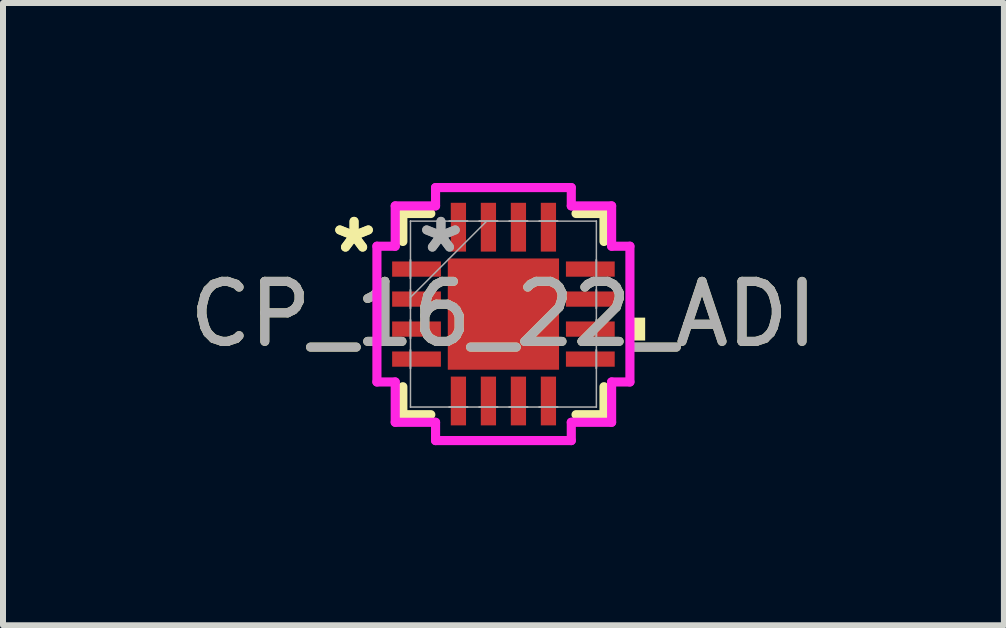
<source format=kicad_pcb>
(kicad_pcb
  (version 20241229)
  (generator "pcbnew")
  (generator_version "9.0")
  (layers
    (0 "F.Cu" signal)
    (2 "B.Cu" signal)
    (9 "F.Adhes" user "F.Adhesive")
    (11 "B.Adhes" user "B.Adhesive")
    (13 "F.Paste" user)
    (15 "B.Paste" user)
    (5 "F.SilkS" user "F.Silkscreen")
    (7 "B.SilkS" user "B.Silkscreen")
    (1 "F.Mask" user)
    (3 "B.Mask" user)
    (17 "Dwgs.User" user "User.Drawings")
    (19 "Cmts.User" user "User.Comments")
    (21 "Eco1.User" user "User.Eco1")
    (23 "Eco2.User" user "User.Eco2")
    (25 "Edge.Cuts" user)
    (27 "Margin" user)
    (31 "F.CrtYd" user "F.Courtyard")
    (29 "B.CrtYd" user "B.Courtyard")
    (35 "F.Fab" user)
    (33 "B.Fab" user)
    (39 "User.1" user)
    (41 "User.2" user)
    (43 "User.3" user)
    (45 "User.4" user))
  (footprint "CP_16_22_ADI"
    (layer "F.Cu")
    (at 5.339 2.184)
    (property "Reference" "CP_16_22_ADI" (at 0 0 0) (unlocked yes) (layer "F.SilkS") (effects (font (size 1 1) (thickness 0.15))))
    (attr smd)
    (fp_line (start -1.676 -1.676) (end -1.676 -1.21) (stroke (width 0.152) (type solid)) (layer "F.SilkS"))
    (fp_line (start -1.676 1.21) (end -1.676 1.676) (stroke (width 0.152) (type solid)) (layer "F.SilkS"))
    (fp_line (start -1.676 1.676) (end -1.21 1.676) (stroke (width 0.152) (type solid)) (layer "F.SilkS"))
    (fp_line (start -1.21 -1.676) (end -1.676 -1.676) (stroke (width 0.152) (type solid)) (layer "F.SilkS"))
    (fp_line (start 1.21 1.676) (end 1.676 1.676) (stroke (width 0.152) (type solid)) (layer "F.SilkS"))
    (fp_line (start 1.676 -1.676) (end 1.21 -1.676) (stroke (width 0.152) (type solid)) (layer "F.SilkS"))
    (fp_line (start 1.676 -1.21) (end 1.676 -1.676) (stroke (width 0.152) (type solid)) (layer "F.SilkS"))
    (fp_line (start 1.676 1.676) (end 1.676 1.21) (stroke (width 0.152) (type solid)) (layer "F.SilkS"))
    (fp_poly (pts (xy 2.362 0.059) (xy 2.362 0.441) (xy 2.108 0.441) (xy 2.108 0.059)) (stroke (width 0) (type solid)) (fill yes) (layer "F.SilkS"))
    (fp_line (start -2.108 -1.131) (end -1.803 -1.131) (stroke (width 0.152) (type solid)) (layer "F.CrtYd"))
    (fp_line (start -2.108 1.131) (end -2.108 -1.131) (stroke (width 0.152) (type solid)) (layer "F.CrtYd"))
    (fp_line (start -1.803 -1.803) (end -1.131 -1.803) (stroke (width 0.152) (type solid)) (layer "F.CrtYd"))
    (fp_line (start -1.803 -1.131) (end -1.803 -1.803) (stroke (width 0.152) (type solid)) (layer "F.CrtYd"))
    (fp_line (start -1.803 1.131) (end -2.108 1.131) (stroke (width 0.152) (type solid)) (layer "F.CrtYd"))
    (fp_line (start -1.803 1.803) (end -1.803 1.131) (stroke (width 0.152) (type solid)) (layer "F.CrtYd"))
    (fp_line (start -1.131 -2.108) (end 1.131 -2.108) (stroke (width 0.152) (type solid)) (layer "F.CrtYd"))
    (fp_line (start -1.131 -1.803) (end -1.131 -2.108) (stroke (width 0.152) (type solid)) (layer "F.CrtYd"))
    (fp_line (start -1.131 1.803) (end -1.803 1.803) (stroke (width 0.152) (type solid)) (layer "F.CrtYd"))
    (fp_line (start -1.131 2.108) (end -1.131 1.803) (stroke (width 0.152) (type solid)) (layer "F.CrtYd"))
    (fp_line (start 1.131 -2.108) (end 1.131 -1.803) (stroke (width 0.152) (type solid)) (layer "F.CrtYd"))
    (fp_line (start 1.131 -1.803) (end 1.803 -1.803) (stroke (width 0.152) (type solid)) (layer "F.CrtYd"))
    (fp_line (start 1.131 1.803) (end 1.131 2.108) (stroke (width 0.152) (type solid)) (layer "F.CrtYd"))
    (fp_line (start 1.131 2.108) (end -1.131 2.108) (stroke (width 0.152) (type solid)) (layer "F.CrtYd"))
    (fp_line (start 1.803 -1.803) (end 1.803 -1.131) (stroke (width 0.152) (type solid)) (layer "F.CrtYd"))
    (fp_line (start 1.803 -1.131) (end 2.108 -1.131) (stroke (width 0.152) (type solid)) (layer "F.CrtYd"))
    (fp_line (start 1.803 1.131) (end 1.803 1.803) (stroke (width 0.152) (type solid)) (layer "F.CrtYd"))
    (fp_line (start 1.803 1.803) (end 1.131 1.803) (stroke (width 0.152) (type solid)) (layer "F.CrtYd"))
    (fp_line (start 2.108 -1.131) (end 2.108 1.131) (stroke (width 0.152) (type solid)) (layer "F.CrtYd"))
    (fp_line (start 2.108 1.131) (end 1.803 1.131) (stroke (width 0.152) (type solid)) (layer "F.CrtYd"))
    (fp_line (start -1.549 -1.549) (end -1.549 -1.549) (stroke (width 0.025) (type solid)) (layer "F.Fab"))
    (fp_line (start -1.549 -1.549) (end -1.549 1.549) (stroke (width 0.025) (type solid)) (layer "F.Fab"))
    (fp_line (start -1.549 -0.902) (end -1.549 -0.902) (stroke (width 0.025) (type solid)) (layer "F.Fab"))
    (fp_line (start -1.549 -0.902) (end -1.549 -0.598) (stroke (width 0.025) (type solid)) (layer "F.Fab"))
    (fp_line (start -1.549 -0.598) (end -1.549 -0.902) (stroke (width 0.025) (type solid)) (layer "F.Fab"))
    (fp_line (start -1.549 -0.598) (end -1.549 -0.598) (stroke (width 0.025) (type solid)) (layer "F.Fab"))
    (fp_line (start -1.549 -0.402) (end -1.549 -0.402) (stroke (width 0.025) (type solid)) (layer "F.Fab"))
    (fp_line (start -1.549 -0.402) (end -1.549 -0.098) (stroke (width 0.025) (type solid)) (layer "F.Fab"))
    (fp_line (start -1.549 -0.279) (end -0.279 -1.549) (stroke (width 0.025) (type solid)) (layer "F.Fab"))
    (fp_line (start -1.549 -0.098) (end -1.549 -0.402) (stroke (width 0.025) (type solid)) (layer "F.Fab"))
    (fp_line (start -1.549 -0.098) (end -1.549 -0.098) (stroke (width 0.025) (type solid)) (layer "F.Fab"))
    (fp_line (start -1.549 0.098) (end -1.549 0.098) (stroke (width 0.025) (type solid)) (layer "F.Fab"))
    (fp_line (start -1.549 0.098) (end -1.549 0.402) (stroke (width 0.025) (type solid)) (layer "F.Fab"))
    (fp_line (start -1.549 0.402) (end -1.549 0.098) (stroke (width 0.025) (type solid)) (layer "F.Fab"))
    (fp_line (start -1.549 0.402) (end -1.549 0.402) (stroke (width 0.025) (type solid)) (layer "F.Fab"))
    (fp_line (start -1.549 0.598) (end -1.549 0.598) (stroke (width 0.025) (type solid)) (layer "F.Fab"))
    (fp_line (start -1.549 0.598) (end -1.549 0.902) (stroke (width 0.025) (type solid)) (layer "F.Fab"))
    (fp_line (start -1.549 0.902) (end -1.549 0.598) (stroke (width 0.025) (type solid)) (layer "F.Fab"))
    (fp_line (start -1.549 0.902) (end -1.549 0.902) (stroke (width 0.025) (type solid)) (layer "F.Fab"))
    (fp_line (start -1.549 1.549) (end -1.549 1.549) (stroke (width 0.025) (type solid)) (layer "F.Fab"))
    (fp_line (start -1.549 1.549) (end 1.549 1.549) (stroke (width 0.025) (type solid)) (layer "F.Fab"))
    (fp_line (start -0.902 -1.549) (end -0.902 -1.549) (stroke (width 0.025) (type solid)) (layer "F.Fab"))
    (fp_line (start -0.902 -1.549) (end -0.598 -1.549) (stroke (width 0.025) (type solid)) (layer "F.Fab"))
    (fp_line (start -0.902 1.549) (end -0.902 1.549) (stroke (width 0.025) (type solid)) (layer "F.Fab"))
    (fp_line (start -0.902 1.549) (end -0.598 1.549) (stroke (width 0.025) (type solid)) (layer "F.Fab"))
    (fp_line (start -0.598 -1.549) (end -0.902 -1.549) (stroke (width 0.025) (type solid)) (layer "F.Fab"))
    (fp_line (start -0.598 -1.549) (end -0.598 -1.549) (stroke (width 0.025) (type solid)) (layer "F.Fab"))
    (fp_line (start -0.598 1.549) (end -0.902 1.549) (stroke (width 0.025) (type solid)) (layer "F.Fab"))
    (fp_line (start -0.598 1.549) (end -0.598 1.549) (stroke (width 0.025) (type solid)) (layer "F.Fab"))
    (fp_line (start -0.402 -1.549) (end -0.402 -1.549) (stroke (width 0.025) (type solid)) (layer "F.Fab"))
    (fp_line (start -0.402 -1.549) (end -0.098 -1.549) (stroke (width 0.025) (type solid)) (layer "F.Fab"))
    (fp_line (start -0.402 1.549) (end -0.402 1.549) (stroke (width 0.025) (type solid)) (layer "F.Fab"))
    (fp_line (start -0.402 1.549) (end -0.098 1.549) (stroke (width 0.025) (type solid)) (layer "F.Fab"))
    (fp_line (start -0.098 -1.549) (end -0.402 -1.549) (stroke (width 0.025) (type solid)) (layer "F.Fab"))
    (fp_line (start -0.098 -1.549) (end -0.098 -1.549) (stroke (width 0.025) (type solid)) (layer "F.Fab"))
    (fp_line (start -0.098 1.549) (end -0.402 1.549) (stroke (width 0.025) (type solid)) (layer "F.Fab"))
    (fp_line (start -0.098 1.549) (end -0.098 1.549) (stroke (width 0.025) (type solid)) (layer "F.Fab"))
    (fp_line (start 0.098 -1.549) (end 0.098 -1.549) (stroke (width 0.025) (type solid)) (layer "F.Fab"))
    (fp_line (start 0.098 -1.549) (end 0.402 -1.549) (stroke (width 0.025) (type solid)) (layer "F.Fab"))
    (fp_line (start 0.098 1.549) (end 0.098 1.549) (stroke (width 0.025) (type solid)) (layer "F.Fab"))
    (fp_line (start 0.098 1.549) (end 0.402 1.549) (stroke (width 0.025) (type solid)) (layer "F.Fab"))
    (fp_line (start 0.402 -1.549) (end 0.098 -1.549) (stroke (width 0.025) (type solid)) (layer "F.Fab"))
    (fp_line (start 0.402 -1.549) (end 0.402 -1.549) (stroke (width 0.025) (type solid)) (layer "F.Fab"))
    (fp_line (start 0.402 1.549) (end 0.098 1.549) (stroke (width 0.025) (type solid)) (layer "F.Fab"))
    (fp_line (start 0.402 1.549) (end 0.402 1.549) (stroke (width 0.025) (type solid)) (layer "F.Fab"))
    (fp_line (start 0.598 -1.549) (end 0.598 -1.549) (stroke (width 0.025) (type solid)) (layer "F.Fab"))
    (fp_line (start 0.598 -1.549) (end 0.902 -1.549) (stroke (width 0.025) (type solid)) (layer "F.Fab"))
    (fp_line (start 0.598 1.549) (end 0.598 1.549) (stroke (width 0.025) (type solid)) (layer "F.Fab"))
    (fp_line (start 0.598 1.549) (end 0.902 1.549) (stroke (width 0.025) (type solid)) (layer "F.Fab"))
    (fp_line (start 0.902 -1.549) (end 0.598 -1.549) (stroke (width 0.025) (type solid)) (layer "F.Fab"))
    (fp_line (start 0.902 -1.549) (end 0.902 -1.549) (stroke (width 0.025) (type solid)) (layer "F.Fab"))
    (fp_line (start 0.902 1.549) (end 0.598 1.549) (stroke (width 0.025) (type solid)) (layer "F.Fab"))
    (fp_line (start 0.902 1.549) (end 0.902 1.549) (stroke (width 0.025) (type solid)) (layer "F.Fab"))
    (fp_line (start 1.549 -1.549) (end -1.549 -1.549) (stroke (width 0.025) (type solid)) (layer "F.Fab"))
    (fp_line (start 1.549 -1.549) (end 1.549 -1.549) (stroke (width 0.025) (type solid)) (layer "F.Fab"))
    (fp_line (start 1.549 -0.902) (end 1.549 -0.902) (stroke (width 0.025) (type solid)) (layer "F.Fab"))
    (fp_line (start 1.549 -0.902) (end 1.549 -0.598) (stroke (width 0.025) (type solid)) (layer "F.Fab"))
    (fp_line (start 1.549 -0.598) (end 1.549 -0.902) (stroke (width 0.025) (type solid)) (layer "F.Fab"))
    (fp_line (start 1.549 -0.598) (end 1.549 -0.598) (stroke (width 0.025) (type solid)) (layer "F.Fab"))
    (fp_line (start 1.549 -0.402) (end 1.549 -0.402) (stroke (width 0.025) (type solid)) (layer "F.Fab"))
    (fp_line (start 1.549 -0.402) (end 1.549 -0.098) (stroke (width 0.025) (type solid)) (layer "F.Fab"))
    (fp_line (start 1.549 -0.098) (end 1.549 -0.402) (stroke (width 0.025) (type solid)) (layer "F.Fab"))
    (fp_line (start 1.549 -0.098) (end 1.549 -0.098) (stroke (width 0.025) (type solid)) (layer "F.Fab"))
    (fp_line (start 1.549 0.098) (end 1.549 0.098) (stroke (width 0.025) (type solid)) (layer "F.Fab"))
    (fp_line (start 1.549 0.098) (end 1.549 0.402) (stroke (width 0.025) (type solid)) (layer "F.Fab"))
    (fp_line (start 1.549 0.402) (end 1.549 0.098) (stroke (width 0.025) (type solid)) (layer "F.Fab"))
    (fp_line (start 1.549 0.402) (end 1.549 0.402) (stroke (width 0.025) (type solid)) (layer "F.Fab"))
    (fp_line (start 1.549 0.598) (end 1.549 0.598) (stroke (width 0.025) (type solid)) (layer "F.Fab"))
    (fp_line (start 1.549 0.598) (end 1.549 0.902) (stroke (width 0.025) (type solid)) (layer "F.Fab"))
    (fp_line (start 1.549 0.902) (end 1.549 0.598) (stroke (width 0.025) (type solid)) (layer "F.Fab"))
    (fp_line (start 1.549 0.902) (end 1.549 0.902) (stroke (width 0.025) (type solid)) (layer "F.Fab"))
    (fp_line (start 1.549 1.549) (end 1.549 -1.549) (stroke (width 0.025) (type solid)) (layer "F.Fab"))
    (fp_line (start 1.549 1.549) (end 1.549 1.549) (stroke (width 0.025) (type solid)) (layer "F.Fab"))
    (fp_text user "*" (at -2.489 -1 0) (unlocked yes) (layer "F.SilkS") (effects (font (size 1 1) (thickness 0.15))))
    (fp_text user "*" (at -2.489 -1 0) (layer "F.SilkS") (effects (font (size 1 1) (thickness 0.15))))
    (fp_text user "*" (at -1.041 -1 0) (unlocked yes) (layer "F.Fab") (effects (font (size 1 1) (thickness 0.15))))
    (fp_text user "*" (at -1.041 -1 0) (layer "F.Fab") (effects (font (size 1 1) (thickness 0.15))))
    (fp_text user "${REFERENCE}" (at 0 0 0) (unlocked yes) (layer "F.Fab") (effects (font (size 1 1) (thickness 0.15))))
    (pad "1" smd rect (at -1.448 -0.75 90) (size 0.254 0.813) (layers "F.Cu" "F.Mask" "F.Paste"))
    (pad "2" smd rect (at -1.448 -0.25 90) (size 0.254 0.813) (layers "F.Cu" "F.Mask" "F.Paste"))
    (pad "3" smd rect (at -1.448 0.25 90) (size 0.254 0.813) (layers "F.Cu" "F.Mask" "F.Paste"))
    (pad "4" smd rect (at -1.448 0.75 90) (size 0.254 0.813) (layers "F.Cu" "F.Mask" "F.Paste"))
    (pad "5" smd rect (at -0.75 1.448) (size 0.254 0.813) (layers "F.Cu" "F.Mask" "F.Paste"))
    (pad "6" smd rect (at -0.25 1.448) (size 0.254 0.813) (layers "F.Cu" "F.Mask" "F.Paste"))
    (pad "7" smd rect (at 0.25 1.448) (size 0.254 0.813) (layers "F.Cu" "F.Mask" "F.Paste"))
    (pad "8" smd rect (at 0.75 1.448) (size 0.254 0.813) (layers "F.Cu" "F.Mask" "F.Paste"))
    (pad "9" smd rect (at 1.448 0.75 90) (size 0.254 0.813) (layers "F.Cu" "F.Mask" "F.Paste"))
    (pad "10" smd rect (at 1.448 0.25 90) (size 0.254 0.813) (layers "F.Cu" "F.Mask" "F.Paste"))
    (pad "11" smd rect (at 1.448 -0.25 90) (size 0.254 0.813) (layers "F.Cu" "F.Mask" "F.Paste"))
    (pad "12" smd rect (at 1.448 -0.75 90) (size 0.254 0.813) (layers "F.Cu" "F.Mask" "F.Paste"))
    (pad "13" smd rect (at 0.75 -1.448) (size 0.254 0.813) (layers "F.Cu" "F.Mask" "F.Paste"))
    (pad "14" smd rect (at 0.25 -1.448) (size 0.254 0.813) (layers "F.Cu" "F.Mask" "F.Paste"))
    (pad "15" smd rect (at -0.25 -1.448) (size 0.254 0.813) (layers "F.Cu" "F.Mask" "F.Paste"))
    (pad "16" smd rect (at -0.75 -1.448) (size 0.254 0.813) (layers "F.Cu" "F.Mask" "F.Paste"))
    (pad "17" smd rect (at 0 0) (size 1.854 1.854) (layers "F.Cu" "F.Mask" "F.Paste")))
  (gr_rect
    (start -3 -3)
    (end 13.679 7.369)
    (stroke (width 0.1) (type default))
    (fill no)
    (layer "Edge.Cuts")))
</source>
